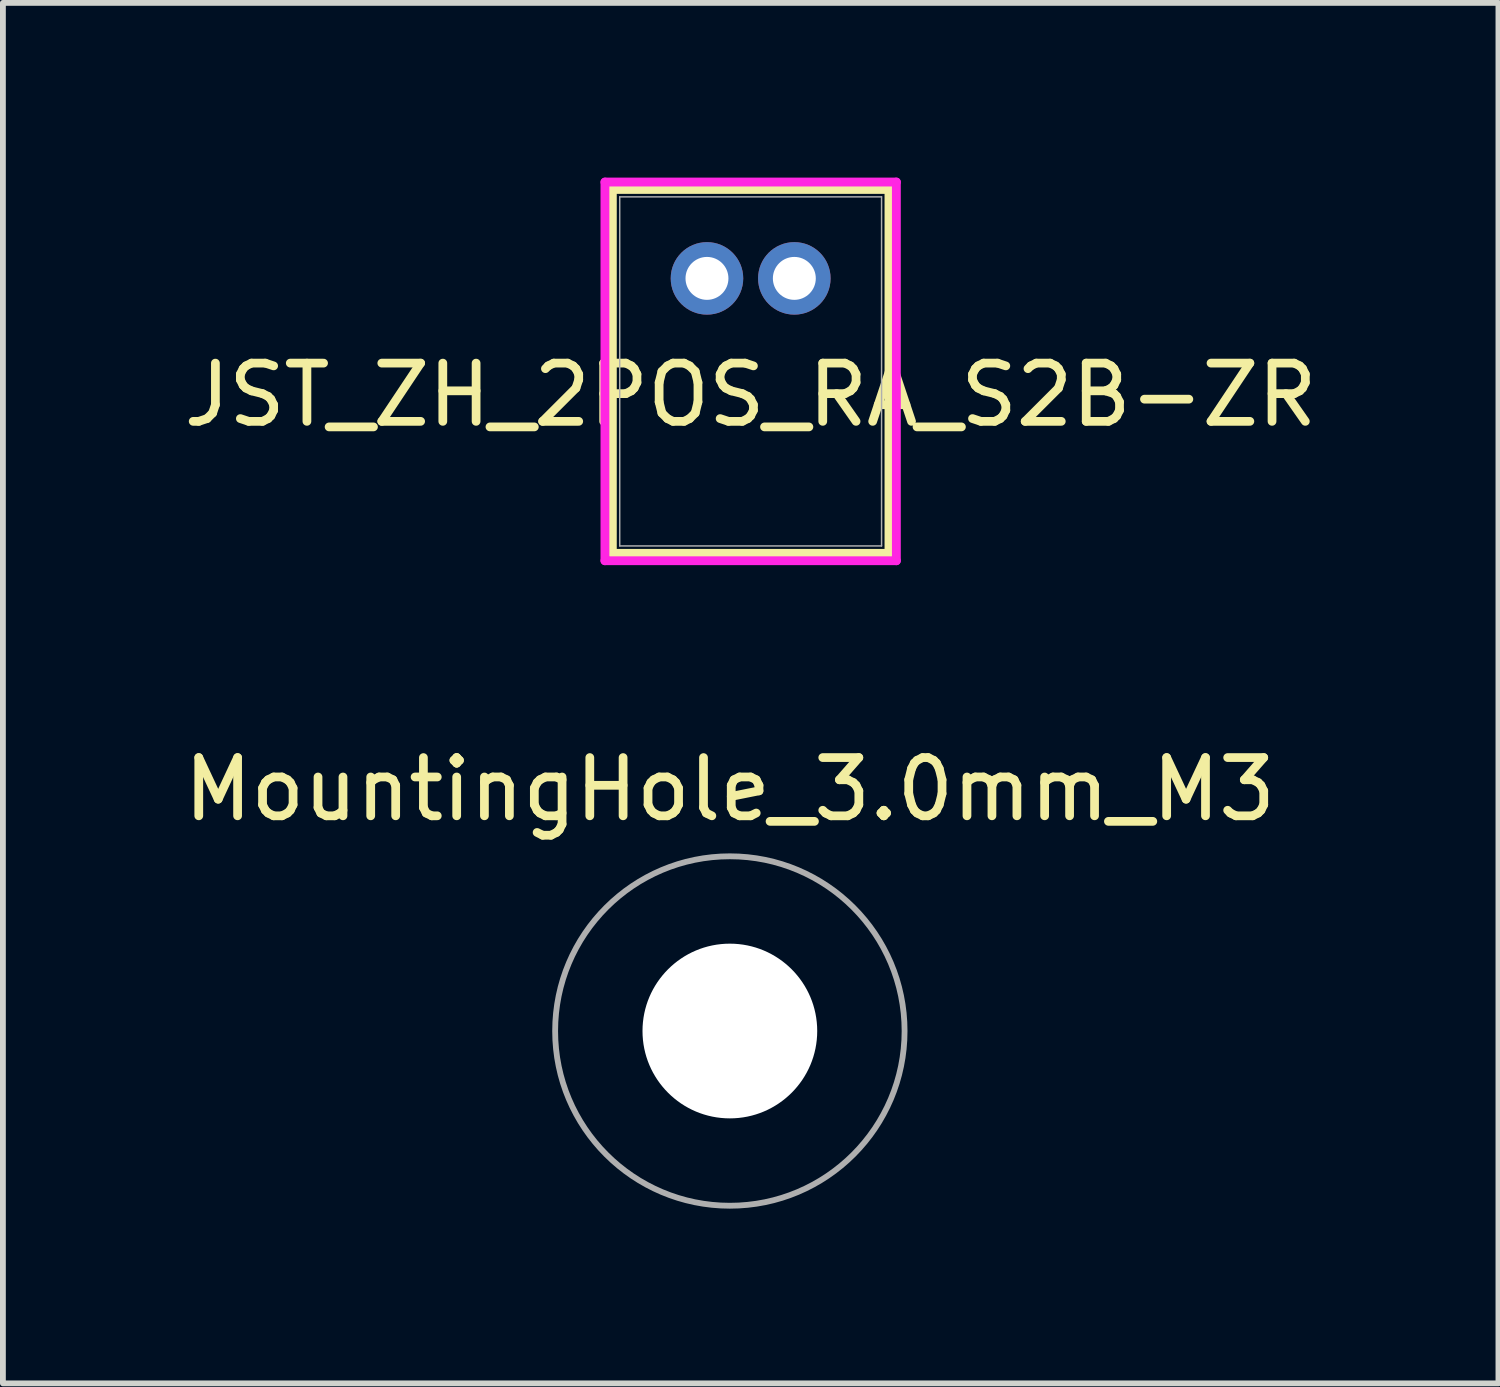
<source format=kicad_pcb>
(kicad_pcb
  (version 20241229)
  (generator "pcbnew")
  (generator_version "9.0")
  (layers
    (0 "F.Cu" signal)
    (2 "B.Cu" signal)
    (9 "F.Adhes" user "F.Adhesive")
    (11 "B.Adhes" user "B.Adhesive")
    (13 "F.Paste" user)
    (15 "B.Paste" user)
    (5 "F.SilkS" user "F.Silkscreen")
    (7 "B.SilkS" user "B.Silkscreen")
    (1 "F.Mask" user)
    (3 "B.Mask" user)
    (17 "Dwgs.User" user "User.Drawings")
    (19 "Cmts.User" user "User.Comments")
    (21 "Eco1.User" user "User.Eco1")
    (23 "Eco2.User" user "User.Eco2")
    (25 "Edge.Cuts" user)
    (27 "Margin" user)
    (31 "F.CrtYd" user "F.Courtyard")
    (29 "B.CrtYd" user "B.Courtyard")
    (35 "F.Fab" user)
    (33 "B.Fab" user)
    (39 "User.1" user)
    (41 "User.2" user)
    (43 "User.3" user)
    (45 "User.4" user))
  (footprint "MountingHole_3.0mm_M3"
    (layer "F.Cu")
    (at 9.482 14.653)
    (property "Reference" "MountingHole_3.0mm_M3" (at 0 -4.15 0) (layer "F.SilkS") (effects (font (size 1 1) (thickness 0.15))))
    (attr exclude_from_pos_files exclude_from_bom)
    (fp_circle (center 0 0) (end 3 0) (stroke (width 0.1) (type solid)) (fill no) (layer "F.Fab"))
    (pad "" np_thru_hole circle (at 0 0) (size 3 3) (drill 3) (layers "*.Cu" "*.Mask")))
  (footprint "JST_ZH_2POS_RA_S2B-ZR"
    (layer "F.Cu")
    (at 9.089 1.73)
    (property "Reference" "JST_ZH_2POS_RA_S2B-ZR" (at 0.75 2 0) (unlocked yes) (layer "F.SilkS") (effects (font (size 1 1) (thickness 0.15))))
    (attr through_hole)
    (fp_line (start -1.625 -1.527) (end -1.625 4.721) (stroke (width 0.152) (type solid)) (layer "F.SilkS"))
    (fp_line (start -1.625 4.721) (end 3.125 4.721) (stroke (width 0.152) (type solid)) (layer "F.SilkS"))
    (fp_line (start 3.125 -1.527) (end -1.625 -1.527) (stroke (width 0.152) (type solid)) (layer "F.SilkS"))
    (fp_line (start 3.125 4.721) (end 3.125 -1.527) (stroke (width 0.152) (type solid)) (layer "F.SilkS"))
    (fp_line (start -1.752 -1.654) (end -1.752 4.848) (stroke (width 0.152) (type solid)) (layer "F.CrtYd"))
    (fp_line (start -1.752 4.848) (end 3.252 4.848) (stroke (width 0.152) (type solid)) (layer "F.CrtYd"))
    (fp_line (start 3.252 -1.654) (end -1.752 -1.654) (stroke (width 0.152) (type solid)) (layer "F.CrtYd"))
    (fp_line (start 3.252 4.848) (end 3.252 -1.654) (stroke (width 0.152) (type solid)) (layer "F.CrtYd"))
    (fp_line (start -1.498 -1.4) (end -1.498 4.594) (stroke (width 0.025) (type solid)) (layer "F.Fab"))
    (fp_line (start -1.498 4.594) (end 2.998 4.594) (stroke (width 0.025) (type solid)) (layer "F.Fab"))
    (fp_line (start 2.998 -1.4) (end -1.498 -1.4) (stroke (width 0.025) (type solid)) (layer "F.Fab"))
    (fp_line (start 2.998 4.594) (end 2.998 -1.4) (stroke (width 0.025) (type solid)) (layer "F.Fab"))
    (pad "1" thru_hole circle (at 0 0) (size 1.245 1.245) (drill 0.737) (layers "*.Cu" "*.Mask"))
    (pad "2" thru_hole circle (at 1.5 0) (size 1.245 1.245) (drill 0.737) (layers "*.Cu" "*.Mask")))
  (gr_rect
    (start -3 -3)
    (end 22.679 20.703)
    (stroke (width 0.1) (type default))
    (fill no)
    (layer "Edge.Cuts")))
</source>
